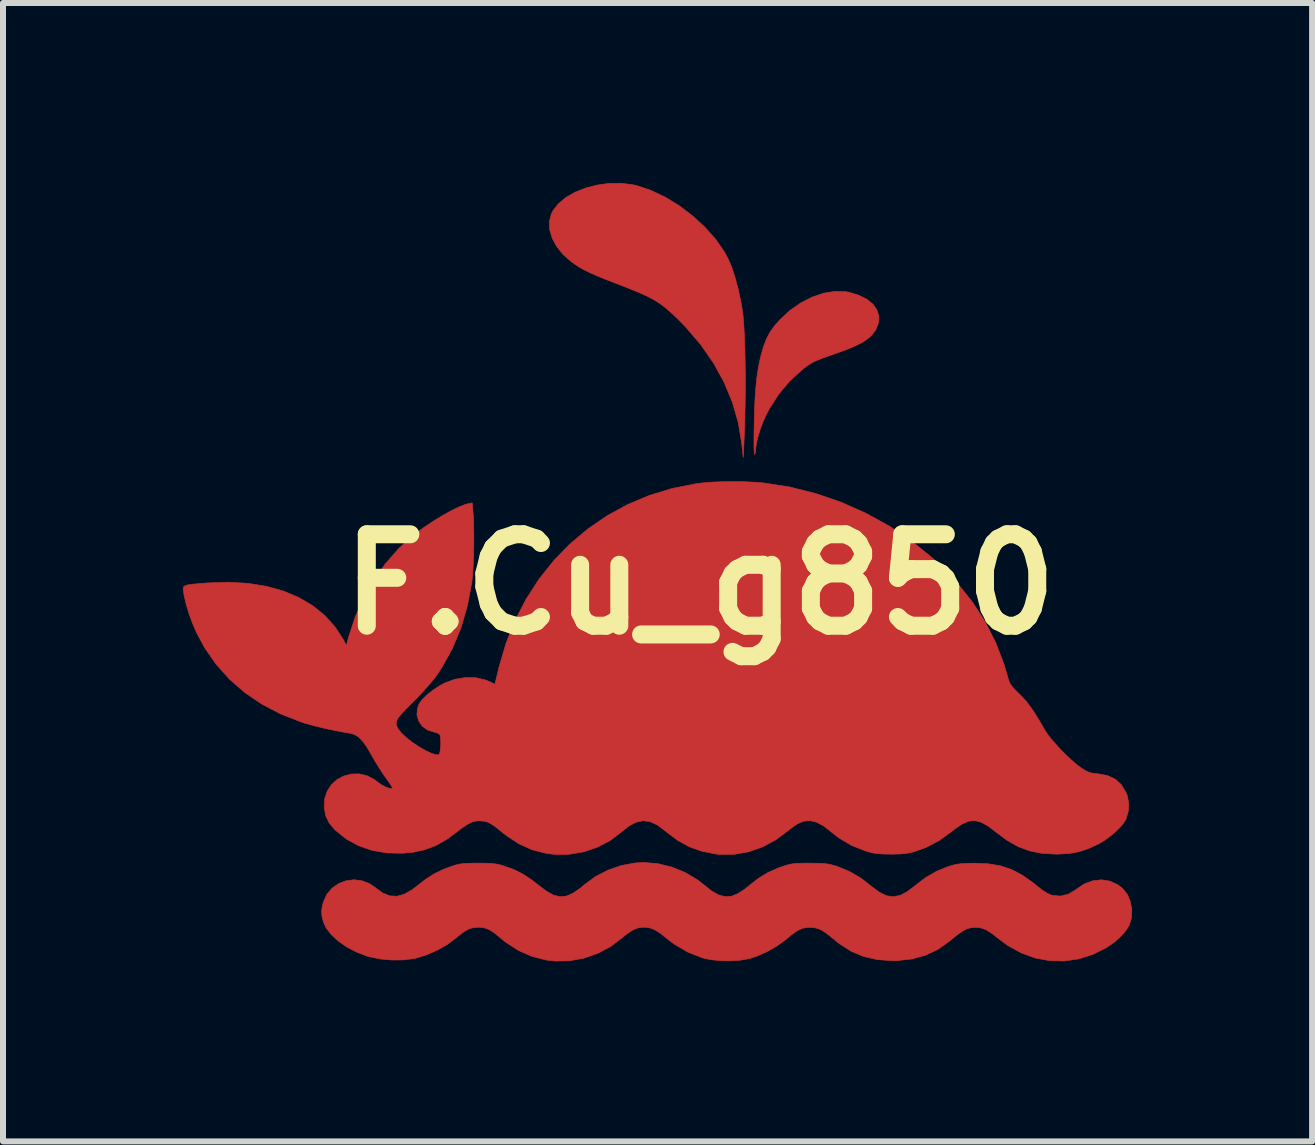
<source format=kicad_pcb>
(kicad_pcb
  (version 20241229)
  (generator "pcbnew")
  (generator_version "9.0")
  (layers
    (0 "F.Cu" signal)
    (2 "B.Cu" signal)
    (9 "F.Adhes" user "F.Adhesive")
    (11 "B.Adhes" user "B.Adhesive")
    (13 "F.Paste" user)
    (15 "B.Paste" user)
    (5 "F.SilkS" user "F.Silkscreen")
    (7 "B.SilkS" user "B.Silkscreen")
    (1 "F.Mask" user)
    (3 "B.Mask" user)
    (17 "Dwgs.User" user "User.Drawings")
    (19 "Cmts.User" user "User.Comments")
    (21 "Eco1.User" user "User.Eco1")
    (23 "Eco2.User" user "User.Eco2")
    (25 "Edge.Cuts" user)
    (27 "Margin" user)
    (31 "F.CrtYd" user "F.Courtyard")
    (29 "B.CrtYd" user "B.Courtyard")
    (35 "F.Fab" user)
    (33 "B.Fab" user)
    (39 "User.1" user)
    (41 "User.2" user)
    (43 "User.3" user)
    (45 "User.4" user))
  (footprint "F.Cu_g850"
    (layer "F.Cu")
    (at 8.616 6.691)
    (property "Reference" "F.Cu_g850" (at 0 0 0) (layer "F.SilkS") (effects (font (size 1.524 1.524) (thickness 0.3))))
    (attr through_hole)
    (fp_poly (pts (xy 2.433 -4.878) (xy 2.481 -4.87) (xy 2.644 -4.822) (xy 2.778 -4.756) (xy 2.881 -4.674) (xy 2.95 -4.58) (xy 2.983 -4.476) (xy 2.979 -4.365) (xy 2.936 -4.251) (xy 2.922 -4.228) (xy 2.869 -4.158) (xy 2.801 -4.096) (xy 2.712 -4.036) (xy 2.596 -3.977) (xy 2.45 -3.916) (xy 2.283 -3.855) (xy 2.145 -3.806) (xy 2.039 -3.768) (xy 1.959 -3.736) (xy 1.896 -3.708) (xy 1.845 -3.679) (xy 1.796 -3.647) (xy 1.743 -3.608) (xy 1.7 -3.573) (xy 1.498 -3.389) (xy 1.316 -3.172) (xy 1.159 -2.928) (xy 1.104 -2.824) (xy 1.053 -2.711) (xy 1.007 -2.586) (xy 0.969 -2.462) (xy 0.942 -2.35) (xy 0.931 -2.262) (xy 0.931 -2.256) (xy 0.925 -2.2) (xy 0.913 -2.163) (xy 0.909 -2.175) (xy 0.905 -2.224) (xy 0.903 -2.303) (xy 0.902 -2.408) (xy 0.903 -2.533) (xy 0.904 -2.587) (xy 0.91 -2.852) (xy 0.919 -3.082) (xy 0.933 -3.28) (xy 0.951 -3.454) (xy 0.975 -3.609) (xy 1.004 -3.752) (xy 1.016 -3.802) (xy 1.061 -3.963) (xy 1.111 -4.094) (xy 1.171 -4.207) (xy 1.247 -4.312) (xy 1.331 -4.408) (xy 1.498 -4.563) (xy 1.679 -4.69) (xy 1.868 -4.787) (xy 2.061 -4.853) (xy 2.251 -4.884) (xy 2.433 -4.878)) (stroke (width 0.01) (type solid)) (fill yes) (layer "F.Cu"))
    (fp_poly (pts (xy -1.118 -6.662) (xy -1.058 -6.649) (xy -0.82 -6.57) (xy -0.58 -6.456) (xy -0.345 -6.313) (xy -0.123 -6.144) (xy 0.081 -5.957) (xy 0.26 -5.757) (xy 0.406 -5.547) (xy 0.467 -5.436) (xy 0.528 -5.296) (xy 0.586 -5.121) (xy 0.639 -4.921) (xy 0.685 -4.704) (xy 0.71 -4.561) (xy 0.723 -4.453) (xy 0.734 -4.308) (xy 0.743 -4.132) (xy 0.75 -3.932) (xy 0.755 -3.712) (xy 0.758 -3.479) (xy 0.758 -3.238) (xy 0.755 -2.996) (xy 0.75 -2.757) (xy 0.745 -2.582) (xy 0.739 -2.445) (xy 0.734 -2.324) (xy 0.73 -2.226) (xy 0.726 -2.156) (xy 0.724 -2.12) (xy 0.723 -2.117) (xy 0.719 -2.151) (xy 0.712 -2.216) (xy 0.703 -2.301) (xy 0.698 -2.349) (xy 0.641 -2.694) (xy 0.543 -3.034) (xy 0.406 -3.365) (xy 0.231 -3.685) (xy 0.018 -3.992) (xy -0.23 -4.283) (xy -0.331 -4.387) (xy -0.433 -4.486) (xy -0.524 -4.569) (xy -0.609 -4.64) (xy -0.696 -4.701) (xy -0.79 -4.757) (xy -0.897 -4.812) (xy -1.025 -4.869) (xy -1.179 -4.932) (xy -1.366 -5.005) (xy -1.39 -5.014) (xy -1.57 -5.084) (xy -1.716 -5.144) (xy -1.834 -5.196) (xy -1.932 -5.244) (xy -2.016 -5.292) (xy -2.092 -5.342) (xy -2.149 -5.383) (xy -2.284 -5.504) (xy -2.389 -5.636) (xy -2.463 -5.774) (xy -2.503 -5.913) (xy -2.507 -6.049) (xy -2.475 -6.177) (xy -2.45 -6.227) (xy -2.357 -6.346) (xy -2.23 -6.451) (xy -2.076 -6.539) (xy -1.9 -6.608) (xy -1.71 -6.657) (xy -1.512 -6.684) (xy -1.313 -6.686) (xy -1.118 -6.662)) (stroke (width 0.01) (type solid)) (fill yes) (layer "F.Cu"))
    (fp_poly (pts (xy -0.697 4.656) (xy -0.464 4.713) (xy -0.24 4.805) (xy -0.036 4.928) (xy 0.064 5.006) (xy 0.195 5.11) (xy 0.311 5.176) (xy 0.419 5.206) (xy 0.525 5.2) (xy 0.634 5.156) (xy 0.754 5.077) (xy 0.822 5.021) (xy 0.978 4.899) (xy 1.133 4.805) (xy 1.306 4.728) (xy 1.365 4.707) (xy 1.438 4.683) (xy 1.501 4.666) (xy 1.565 4.656) (xy 1.641 4.65) (xy 1.74 4.648) (xy 1.831 4.648) (xy 1.956 4.649) (xy 2.05 4.653) (xy 2.124 4.66) (xy 2.189 4.673) (xy 2.258 4.692) (xy 2.297 4.705) (xy 2.498 4.787) (xy 2.686 4.898) (xy 2.869 5.04) (xy 2.996 5.135) (xy 3.113 5.191) (xy 3.226 5.207) (xy 3.34 5.184) (xy 3.46 5.121) (xy 3.57 5.036) (xy 3.761 4.889) (xy 3.956 4.778) (xy 4.138 4.705) (xy 4.217 4.681) (xy 4.287 4.665) (xy 4.362 4.655) (xy 4.453 4.65) (xy 4.573 4.648) (xy 4.583 4.648) (xy 4.811 4.658) (xy 5.013 4.692) (xy 5.198 4.754) (xy 5.376 4.848) (xy 5.558 4.977) (xy 5.606 5.016) (xy 5.706 5.095) (xy 5.787 5.147) (xy 5.856 5.178) (xy 5.881 5.185) (xy 6.013 5.196) (xy 6.14 5.165) (xy 6.26 5.095) (xy 6.272 5.085) (xy 6.407 4.994) (xy 6.55 4.941) (xy 6.695 4.925) (xy 6.836 4.947) (xy 6.967 5.007) (xy 7.045 5.067) (xy 7.124 5.165) (xy 7.176 5.287) (xy 7.201 5.421) (xy 7.195 5.558) (xy 7.16 5.677) (xy 7.103 5.769) (xy 7.017 5.868) (xy 6.909 5.964) (xy 6.79 6.048) (xy 6.785 6.051) (xy 6.554 6.168) (xy 6.317 6.243) (xy 6.075 6.278) (xy 5.833 6.273) (xy 5.593 6.229) (xy 5.359 6.144) (xy 5.135 6.021) (xy 4.969 5.898) (xy 4.862 5.814) (xy 4.773 5.758) (xy 4.692 5.728) (xy 4.611 5.717) (xy 4.549 5.72) (xy 4.492 5.729) (xy 4.436 5.748) (xy 4.376 5.782) (xy 4.302 5.834) (xy 4.208 5.908) (xy 4.162 5.947) (xy 3.969 6.084) (xy 3.76 6.183) (xy 3.533 6.245) (xy 3.286 6.272) (xy 3.217 6.273) (xy 2.963 6.256) (xy 2.73 6.203) (xy 2.518 6.114) (xy 2.322 5.987) (xy 2.275 5.95) (xy 2.173 5.865) (xy 2.093 5.804) (xy 2.03 5.764) (xy 1.974 5.739) (xy 1.918 5.725) (xy 1.864 5.719) (xy 1.782 5.719) (xy 1.708 5.734) (xy 1.632 5.769) (xy 1.546 5.827) (xy 1.442 5.913) (xy 1.439 5.915) (xy 1.295 6.022) (xy 1.126 6.119) (xy 0.95 6.198) (xy 0.826 6.238) (xy 0.682 6.264) (xy 0.516 6.276) (xy 0.344 6.273) (xy 0.181 6.256) (xy 0.043 6.226) (xy 0.042 6.226) (xy -0.206 6.127) (xy -0.435 5.992) (xy -0.552 5.901) (xy -0.658 5.817) (xy -0.745 5.762) (xy -0.823 5.729) (xy -0.901 5.716) (xy -0.931 5.715) (xy -1.029 5.726) (xy -1.123 5.764) (xy -1.224 5.832) (xy -1.287 5.885) (xy -1.484 6.035) (xy -1.701 6.151) (xy -1.933 6.231) (xy -2.173 6.275) (xy -2.415 6.279) (xy -2.556 6.263) (xy -2.797 6.202) (xy -3.027 6.101) (xy -3.24 5.962) (xy -3.323 5.894) (xy -3.423 5.812) (xy -3.506 5.758) (xy -3.582 5.728) (xy -3.662 5.716) (xy -3.694 5.715) (xy -3.777 5.722) (xy -3.854 5.745) (xy -3.933 5.79) (xy -4.025 5.861) (xy -4.064 5.894) (xy -4.205 6) (xy -4.374 6.096) (xy -4.553 6.175) (xy -4.73 6.23) (xy -4.75 6.235) (xy -4.932 6.26) (xy -5.132 6.262) (xy -5.334 6.244) (xy -5.519 6.205) (xy -5.556 6.194) (xy -5.729 6.127) (xy -5.889 6.042) (xy -6.029 5.944) (xy -6.144 5.838) (xy -6.229 5.729) (xy -6.274 5.631) (xy -6.299 5.531) (xy -6.305 5.45) (xy -6.294 5.366) (xy -6.275 5.294) (xy -6.217 5.166) (xy -6.13 5.064) (xy -6.021 4.988) (xy -5.898 4.941) (xy -5.765 4.924) (xy -5.632 4.94) (xy -5.503 4.99) (xy -5.405 5.058) (xy -5.286 5.145) (xy -5.169 5.192) (xy -5.051 5.199) (xy -4.929 5.166) (xy -4.799 5.093) (xy -4.715 5.028) (xy -4.568 4.914) (xy -4.429 4.825) (xy -4.284 4.755) (xy -4.159 4.707) (xy -4.084 4.682) (xy -4.019 4.665) (xy -3.951 4.655) (xy -3.87 4.65) (xy -3.764 4.647) (xy -3.704 4.647) (xy -3.577 4.648) (xy -3.481 4.652) (xy -3.403 4.66) (xy -3.332 4.675) (xy -3.26 4.696) (xy -3.097 4.755) (xy -2.95 4.829) (xy -2.805 4.924) (xy -2.684 5.019) (xy -2.552 5.118) (xy -2.436 5.181) (xy -2.329 5.207) (xy -2.223 5.196) (xy -2.113 5.148) (xy -1.992 5.064) (xy -1.926 5.008) (xy -1.743 4.873) (xy -1.534 4.765) (xy -1.31 4.687) (xy -1.079 4.644) (xy -0.931 4.636) (xy -0.697 4.656)) (stroke (width 0.01) (type solid)) (fill yes) (layer "F.Cu"))
    (fp_poly (pts (xy 0.742 -1.711) (xy 0.916 -1.703) (xy 1.054 -1.692) (xy 1.495 -1.624) (xy 1.929 -1.515) (xy 2.354 -1.37) (xy 2.764 -1.188) (xy 3.157 -0.972) (xy 3.526 -0.724) (xy 3.87 -0.446) (xy 4.008 -0.318) (xy 4.298 -0.014) (xy 4.547 0.3) (xy 4.758 0.628) (xy 4.932 0.972) (xy 5.071 1.334) (xy 5.144 1.586) (xy 5.164 1.64) (xy 5.197 1.693) (xy 5.251 1.754) (xy 5.32 1.822) (xy 5.387 1.889) (xy 5.449 1.96) (xy 5.512 2.043) (xy 5.581 2.145) (xy 5.658 2.27) (xy 5.75 2.427) (xy 5.759 2.443) (xy 5.814 2.524) (xy 5.894 2.621) (xy 5.99 2.728) (xy 6.095 2.835) (xy 6.201 2.935) (xy 6.299 3.018) (xy 6.361 3.063) (xy 6.437 3.11) (xy 6.501 3.138) (xy 6.572 3.152) (xy 6.639 3.158) (xy 6.796 3.187) (xy 6.925 3.248) (xy 7.028 3.342) (xy 7.104 3.469) (xy 7.126 3.524) (xy 7.149 3.652) (xy 7.141 3.789) (xy 7.101 3.917) (xy 7.094 3.932) (xy 7.041 4.009) (xy 6.959 4.096) (xy 6.859 4.184) (xy 6.75 4.265) (xy 6.65 4.325) (xy 6.48 4.404) (xy 6.32 4.457) (xy 6.154 4.486) (xy 5.966 4.497) (xy 5.937 4.497) (xy 5.706 4.484) (xy 5.498 4.443) (xy 5.305 4.371) (xy 5.118 4.265) (xy 4.934 4.127) (xy 4.805 4.029) (xy 4.692 3.966) (xy 4.588 3.938) (xy 4.487 3.946) (xy 4.381 3.989) (xy 4.264 4.067) (xy 4.203 4.115) (xy 3.992 4.269) (xy 3.771 4.385) (xy 3.598 4.448) (xy 3.514 4.471) (xy 3.433 4.486) (xy 3.34 4.494) (xy 3.223 4.497) (xy 3.186 4.497) (xy 3.06 4.495) (xy 2.962 4.489) (xy 2.879 4.476) (xy 2.797 4.455) (xy 2.773 4.448) (xy 2.531 4.353) (xy 2.315 4.225) (xy 2.201 4.135) (xy 2.069 4.031) (xy 1.95 3.966) (xy 1.839 3.938) (xy 1.731 3.947) (xy 1.621 3.994) (xy 1.503 4.078) (xy 1.48 4.098) (xy 1.268 4.257) (xy 1.044 4.377) (xy 0.811 4.459) (xy 0.571 4.5) (xy 0.328 4.501) (xy 0.242 4.491) (xy 0.022 4.445) (xy -0.178 4.373) (xy -0.367 4.269) (xy -0.554 4.129) (xy -0.581 4.106) (xy -0.709 4.01) (xy -0.83 3.955) (xy -0.948 3.94) (xy -1.065 3.965) (xy -1.187 4.031) (xy -1.301 4.122) (xy -1.491 4.268) (xy -1.705 4.38) (xy -1.934 4.458) (xy -2.174 4.499) (xy -2.418 4.501) (xy -2.556 4.485) (xy -2.792 4.425) (xy -3.016 4.325) (xy -3.228 4.185) (xy -3.267 4.154) (xy -3.363 4.077) (xy -3.434 4.022) (xy -3.49 3.987) (xy -3.536 3.964) (xy -3.581 3.951) (xy -3.613 3.946) (xy -3.703 3.941) (xy -3.788 3.958) (xy -3.877 4.001) (xy -3.98 4.072) (xy -4.024 4.107) (xy -4.214 4.248) (xy -4.399 4.353) (xy -4.588 4.424) (xy -4.789 4.467) (xy -4.955 4.482) (xy -5.217 4.477) (xy -5.463 4.434) (xy -5.69 4.356) (xy -5.896 4.243) (xy -6.078 4.096) (xy -6.089 4.085) (xy -6.179 3.977) (xy -6.234 3.864) (xy -6.26 3.733) (xy -6.261 3.719) (xy -6.254 3.575) (xy -6.212 3.448) (xy -6.142 3.34) (xy -6.048 3.255) (xy -5.937 3.195) (xy -5.813 3.162) (xy -5.683 3.159) (xy -5.552 3.188) (xy -5.425 3.253) (xy -5.365 3.3) (xy -5.306 3.342) (xy -5.238 3.378) (xy -5.174 3.401) (xy -5.128 3.405) (xy -5.124 3.404) (xy -5.128 3.386) (xy -5.153 3.341) (xy -5.195 3.279) (xy -5.225 3.239) (xy -5.286 3.152) (xy -5.356 3.043) (xy -5.426 2.928) (xy -5.469 2.852) (xy -5.548 2.715) (xy -5.62 2.615) (xy -5.688 2.545) (xy -5.756 2.503) (xy -5.815 2.486) (xy -6.032 2.446) (xy -6.24 2.403) (xy -6.429 2.357) (xy -6.59 2.313) (xy -6.643 2.295) (xy -6.986 2.161) (xy -7.301 1.996) (xy -7.586 1.803) (xy -7.841 1.58) (xy -8.065 1.33) (xy -8.257 1.053) (xy -8.391 0.802) (xy -8.457 0.649) (xy -8.516 0.485) (xy -8.565 0.324) (xy -8.598 0.18) (xy -8.606 0.13) (xy -8.611 0.089) (xy -8.611 0.058) (xy -8.601 0.035) (xy -8.574 0.019) (xy -8.527 0.007) (xy -8.453 -0.003) (xy -8.347 -0.013) (xy -8.206 -0.024) (xy -7.859 -0.036) (xy -7.531 -0.017) (xy -7.225 0.032) (xy -6.942 0.111) (xy -6.685 0.219) (xy -6.454 0.355) (xy -6.252 0.518) (xy -6.081 0.709) (xy -5.949 0.911) (xy -5.891 1.018) (xy -5.853 0.874) (xy -5.747 0.549) (xy -5.607 0.233) (xy -5.436 -0.067) (xy -5.24 -0.346) (xy -5.02 -0.596) (xy -4.852 -0.754) (xy -4.725 -0.857) (xy -4.583 -0.96) (xy -4.433 -1.06) (xy -4.283 -1.151) (xy -4.14 -1.23) (xy -4.011 -1.293) (xy -3.903 -1.334) (xy -3.857 -1.346) (xy -3.795 -1.359) (xy -3.782 -1.214) (xy -3.773 -1.089) (xy -3.769 -0.935) (xy -3.767 -0.762) (xy -3.769 -0.583) (xy -3.774 -0.406) (xy -3.782 -0.244) (xy -3.793 -0.107) (xy -3.801 -0.038) (xy -3.874 0.354) (xy -3.981 0.722) (xy -4.122 1.064) (xy -4.298 1.382) (xy -4.398 1.532) (xy -4.455 1.605) (xy -4.535 1.698) (xy -4.628 1.801) (xy -4.728 1.906) (xy -4.792 1.971) (xy -4.896 2.075) (xy -4.972 2.156) (xy -5.023 2.218) (xy -5.053 2.268) (xy -5.063 2.31) (xy -5.056 2.351) (xy -5.036 2.395) (xy -5.024 2.417) (xy -4.973 2.481) (xy -4.892 2.555) (xy -4.793 2.633) (xy -4.683 2.707) (xy -4.574 2.77) (xy -4.474 2.817) (xy -4.413 2.836) (xy -4.365 2.844) (xy -4.342 2.83) (xy -4.331 2.789) (xy -4.321 2.716) (xy -4.318 2.634) (xy -4.322 2.559) (xy -4.331 2.51) (xy -4.359 2.485) (xy -4.414 2.465) (xy -4.427 2.463) (xy -4.54 2.427) (xy -4.629 2.362) (xy -4.688 2.275) (xy -4.716 2.174) (xy -4.707 2.066) (xy -4.679 1.991) (xy -4.628 1.92) (xy -4.547 1.841) (xy -4.446 1.761) (xy -4.334 1.688) (xy -4.263 1.649) (xy -4.091 1.584) (xy -3.912 1.553) (xy -3.735 1.556) (xy -3.569 1.595) (xy -3.501 1.623) (xy -3.416 1.664) (xy -3.347 1.378) (xy -3.23 0.978) (xy -3.079 0.6) (xy -2.894 0.243) (xy -2.679 -0.09) (xy -2.434 -0.397) (xy -2.162 -0.676) (xy -1.864 -0.926) (xy -1.544 -1.145) (xy -1.201 -1.332) (xy -0.84 -1.484) (xy -0.46 -1.599) (xy -0.065 -1.677) (xy 0.053 -1.692) (xy 0.197 -1.704) (xy 0.369 -1.711) (xy 0.555 -1.713) (xy 0.742 -1.711)) (stroke (width 0.01) (type solid)) (fill yes) (layer "F.Cu")))
  (gr_rect
    (start -3 -3)
    (end 18.822 15.976)
    (stroke (width 0.1) (type default))
    (fill no)
    (layer "Edge.Cuts")))
</source>
